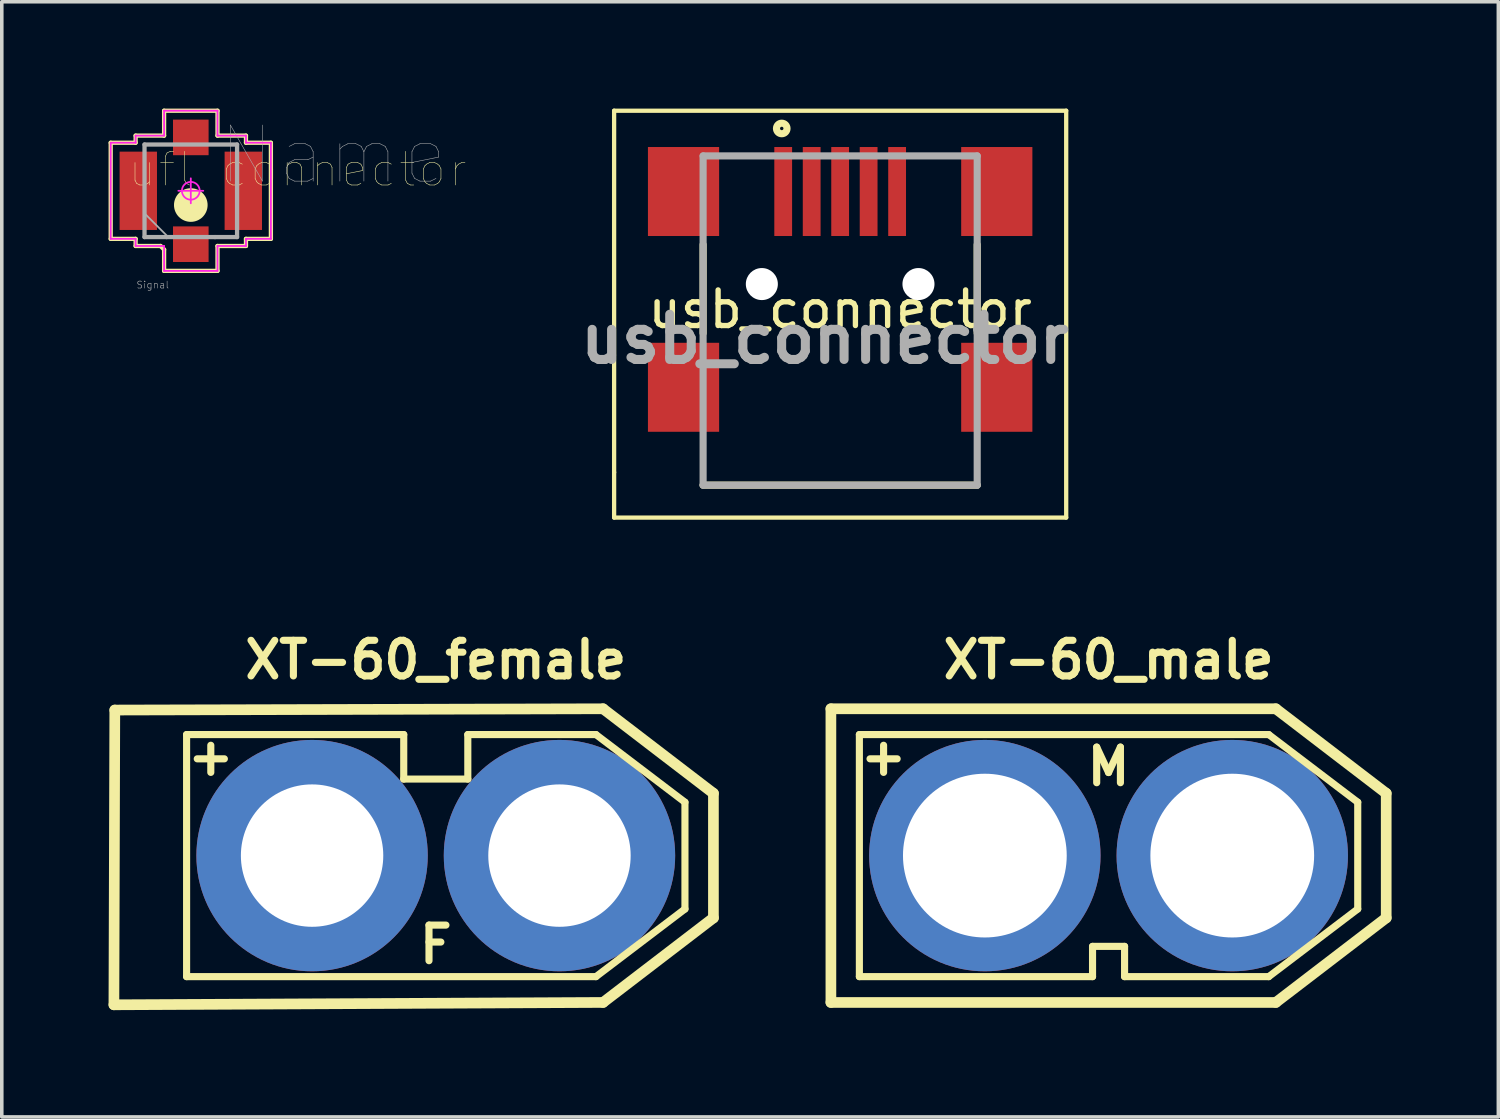
<source format=kicad_pcb>
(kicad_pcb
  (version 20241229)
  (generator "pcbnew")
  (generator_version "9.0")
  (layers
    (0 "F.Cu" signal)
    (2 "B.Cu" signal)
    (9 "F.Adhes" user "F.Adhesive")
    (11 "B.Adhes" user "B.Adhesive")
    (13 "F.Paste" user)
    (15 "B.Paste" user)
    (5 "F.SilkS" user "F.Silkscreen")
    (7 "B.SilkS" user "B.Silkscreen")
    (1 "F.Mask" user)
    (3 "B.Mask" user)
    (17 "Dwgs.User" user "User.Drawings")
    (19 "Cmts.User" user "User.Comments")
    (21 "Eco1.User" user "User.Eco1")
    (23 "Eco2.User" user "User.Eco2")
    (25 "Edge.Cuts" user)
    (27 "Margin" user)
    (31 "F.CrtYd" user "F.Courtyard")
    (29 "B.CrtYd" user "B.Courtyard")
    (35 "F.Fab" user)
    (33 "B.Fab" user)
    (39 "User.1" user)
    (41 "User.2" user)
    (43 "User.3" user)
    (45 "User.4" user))
  (footprint "XT-60_male"
    (layer "F.Cu")
    (at 28.092 20.986)
    (property "Reference" "XT-60_male" (at 0 -5.5 0) (layer "F.SilkS") (effects (font (size 1 1) (thickness 0.2))))
    (fp_line (start -7.8 -4.125) (end -7.8 4.125) (stroke (width 0.3) (type solid)) (layer "F.SilkS"))
    (fp_line (start -7.8 -4.125) (end 4.7 -4.125) (stroke (width 0.3) (type solid)) (layer "F.SilkS"))
    (fp_line (start -7.8 4.125) (end 4.7 4.125) (stroke (width 0.3) (type solid)) (layer "F.SilkS"))
    (fp_line (start -7 -3.4) (end -7 3.4) (stroke (width 0.2) (type solid)) (layer "F.SilkS"))
    (fp_line (start -7 -3.4) (end 4.5 -3.4) (stroke (width 0.2) (type solid)) (layer "F.SilkS"))
    (fp_line (start -7 3.4) (end -0.45 3.4) (stroke (width 0.2) (type solid)) (layer "F.SilkS"))
    (fp_line (start -0.45 2.55) (end -0.45 3.4) (stroke (width 0.2) (type solid)) (layer "F.SilkS"))
    (fp_line (start -0.45 2.55) (end 0.45 2.55) (stroke (width 0.2) (type solid)) (layer "F.SilkS"))
    (fp_line (start 0.45 2.55) (end 0.45 3.4) (stroke (width 0.2) (type solid)) (layer "F.SilkS"))
    (fp_line (start 0.45 3.4) (end 4.5 3.4) (stroke (width 0.2) (type solid)) (layer "F.SilkS"))
    (fp_line (start 4.5 -3.4) (end 7 -1.5) (stroke (width 0.2) (type solid)) (layer "F.SilkS"))
    (fp_line (start 4.5 3.4) (end 7 1.5) (stroke (width 0.2) (type solid)) (layer "F.SilkS"))
    (fp_line (start 4.7 -4.125) (end 7.8 -1.75) (stroke (width 0.3) (type solid)) (layer "F.SilkS"))
    (fp_line (start 4.7 4.125) (end 7.8 1.75) (stroke (width 0.3) (type solid)) (layer "F.SilkS"))
    (fp_line (start 7 -1.5) (end 7 1.5) (stroke (width 0.2) (type solid)) (layer "F.SilkS"))
    (fp_line (start 7.8 -1.75) (end 7.8 1.75) (stroke (width 0.3) (type solid)) (layer "F.SilkS"))
    (fp_text user "+" (at -6.32 -2.79 0) (layer "F.SilkS") (effects (font (size 1 1) (thickness 0.2))))
    (fp_text user "M" (at 0 -2.5 0) (layer "F.SilkS") (effects (font (size 1 1) (thickness 0.2))))
    (pad "1" thru_hole circle (at 3.475 0) (size 6.5 6.5) (drill 4.6) (layers "*.Cu" "*.Mask"))
    (pad "2" thru_hole circle (at -3.475 0) (size 6.5 6.5) (drill 4.6) (layers "*.Cu" "*.Mask")))
  (footprint "ufl connector"
    (layer "F.Cu")
    (at 2.31 2.31)
    (property "Reference" "ufl connector" (at 3 -0.6 0) (layer "F.SilkS") (effects (font (size 0.945 0.945) (thickness 0.015))))
    (fp_line (start -2.25 -1.35) (end -1.55 -1.35) (stroke (width 0.12) (type solid)) (layer "F.SilkS"))
    (fp_line (start -2.25 1.35) (end -2.25 -1.35) (stroke (width 0.12) (type solid)) (layer "F.SilkS"))
    (fp_line (start -1.55 -1.55) (end -0.75 -1.55) (stroke (width 0.12) (type solid)) (layer "F.SilkS"))
    (fp_line (start -1.55 -1.35) (end -1.55 -1.55) (stroke (width 0.12) (type solid)) (layer "F.SilkS"))
    (fp_line (start -1.55 1.35) (end -2.25 1.35) (stroke (width 0.12) (type solid)) (layer "F.SilkS"))
    (fp_line (start -1.55 1.55) (end -1.55 1.35) (stroke (width 0.12) (type solid)) (layer "F.SilkS"))
    (fp_line (start -0.85 1.55) (end -1.55 1.55) (stroke (width 0.12) (type solid)) (layer "F.SilkS"))
    (fp_line (start -0.75 -2.25) (end 0.75 -2.25) (stroke (width 0.12) (type solid)) (layer "F.SilkS"))
    (fp_line (start -0.75 -1.55) (end -0.75 -2.25) (stroke (width 0.12) (type solid)) (layer "F.SilkS"))
    (fp_line (start -0.75 1.65) (end -0.85 1.55) (stroke (width 0.12) (type solid)) (layer "F.SilkS"))
    (fp_line (start -0.75 2.25) (end -0.75 1.65) (stroke (width 0.12) (type solid)) (layer "F.SilkS"))
    (fp_line (start 0.75 -2.25) (end 0.75 -1.55) (stroke (width 0.12) (type solid)) (layer "F.SilkS"))
    (fp_line (start 0.75 -1.55) (end 1.55 -1.55) (stroke (width 0.12) (type solid)) (layer "F.SilkS"))
    (fp_line (start 0.75 1.55) (end 0.75 2.25) (stroke (width 0.12) (type solid)) (layer "F.SilkS"))
    (fp_line (start 0.75 2.25) (end -0.75 2.25) (stroke (width 0.12) (type solid)) (layer "F.SilkS"))
    (fp_line (start 1.55 -1.55) (end 1.55 -1.35) (stroke (width 0.12) (type solid)) (layer "F.SilkS"))
    (fp_line (start 1.55 -1.35) (end 2.25 -1.35) (stroke (width 0.12) (type solid)) (layer "F.SilkS"))
    (fp_line (start 1.55 1.35) (end 1.55 1.55) (stroke (width 0.12) (type solid)) (layer "F.SilkS"))
    (fp_line (start 1.55 1.55) (end 0.75 1.55) (stroke (width 0.12) (type solid)) (layer "F.SilkS"))
    (fp_line (start 2.25 -1.35) (end 2.25 1.35) (stroke (width 0.12) (type solid)) (layer "F.SilkS"))
    (fp_line (start 2.25 1.35) (end 1.55 1.35) (stroke (width 0.12) (type solid)) (layer "F.SilkS"))
    (fp_circle (center 0 0.4) (end 0.4 0.5) (stroke (width 0.12) (type solid)) (fill yes) (layer "F.SilkS"))
    (fp_line (start -2.25 -1.35) (end -2.25 1.35) (stroke (width 0.05) (type solid)) (layer "F.CrtYd"))
    (fp_line (start -2.25 1.35) (end -1.55 1.35) (stroke (width 0.05) (type solid)) (layer "F.CrtYd"))
    (fp_line (start -1.55 -1.55) (end -1.55 -1.35) (stroke (width 0.05) (type solid)) (layer "F.CrtYd"))
    (fp_line (start -1.55 -1.35) (end -2.25 -1.35) (stroke (width 0.05) (type solid)) (layer "F.CrtYd"))
    (fp_line (start -1.55 1.35) (end -1.55 1.55) (stroke (width 0.05) (type solid)) (layer "F.CrtYd"))
    (fp_line (start -1.55 1.55) (end -0.75 1.55) (stroke (width 0.05) (type solid)) (layer "F.CrtYd"))
    (fp_line (start -0.75 -2.25) (end -0.75 -1.55) (stroke (width 0.05) (type solid)) (layer "F.CrtYd"))
    (fp_line (start -0.75 -1.55) (end -1.55 -1.55) (stroke (width 0.05) (type solid)) (layer "F.CrtYd"))
    (fp_line (start -0.75 1.55) (end -0.75 2.25) (stroke (width 0.05) (type solid)) (layer "F.CrtYd"))
    (fp_line (start -0.75 2.25) (end 0.75 2.25) (stroke (width 0.05) (type solid)) (layer "F.CrtYd"))
    (fp_line (start 0 -0.35) (end 0 0.35) (stroke (width 0.05) (type solid)) (layer "F.CrtYd"))
    (fp_line (start 0.35 0) (end -0.35 0) (stroke (width 0.05) (type solid)) (layer "F.CrtYd"))
    (fp_line (start 0.75 -2.25) (end -0.75 -2.25) (stroke (width 0.05) (type solid)) (layer "F.CrtYd"))
    (fp_line (start 0.75 -1.55) (end 0.75 -2.25) (stroke (width 0.05) (type solid)) (layer "F.CrtYd"))
    (fp_line (start 0.75 1.55) (end 1.55 1.55) (stroke (width 0.05) (type solid)) (layer "F.CrtYd"))
    (fp_line (start 0.75 2.25) (end 0.75 1.55) (stroke (width 0.05) (type solid)) (layer "F.CrtYd"))
    (fp_line (start 1.55 -1.55) (end 0.75 -1.55) (stroke (width 0.05) (type solid)) (layer "F.CrtYd"))
    (fp_line (start 1.55 -1.35) (end 1.55 -1.55) (stroke (width 0.05) (type solid)) (layer "F.CrtYd"))
    (fp_line (start 1.55 1.35) (end 2.25 1.35) (stroke (width 0.05) (type solid)) (layer "F.CrtYd"))
    (fp_line (start 1.55 1.55) (end 1.55 1.35) (stroke (width 0.05) (type solid)) (layer "F.CrtYd"))
    (fp_line (start 2.25 -1.35) (end 1.55 -1.35) (stroke (width 0.05) (type solid)) (layer "F.CrtYd"))
    (fp_line (start 2.25 1.35) (end 2.25 -1.35) (stroke (width 0.05) (type solid)) (layer "F.CrtYd"))
    (fp_circle (center 0 0) (end 0.25 0) (stroke (width 0.05) (type solid)) (fill no) (layer "F.CrtYd"))
    (fp_line (start -1.302 0.572) (end -1.302 0.632) (stroke (width 0.05) (type solid)) (layer "F.Fab"))
    (fp_line (start -1.302 0.632) (end -0.662 1.272) (stroke (width 0.05) (type solid)) (layer "F.Fab"))
    (fp_line (start -1.3 -1.3) (end 1.3 -1.3) (stroke (width 0.12) (type solid)) (layer "F.Fab"))
    (fp_line (start -1.3 1.3) (end -1.3 -1.3) (stroke (width 0.12) (type solid)) (layer "F.Fab"))
    (fp_line (start -0.68 1.3) (end -1.3 1.3) (stroke (width 0.12) (type solid)) (layer "F.Fab"))
    (fp_line (start 0.68 1.3) (end -0.68 1.3) (stroke (width 0.12) (type solid)) (layer "F.Fab"))
    (fp_line (start 1.3 -1.3) (end 1.3 1.3) (stroke (width 0.12) (type solid)) (layer "F.Fab"))
    (fp_line (start 1.3 1.3) (end 0.68 1.3) (stroke (width 0.12) (type solid)) (layer "F.Fab"))
    (fp_text user "Signal" (at -1.069 2.643 0) (layer "F.Fab") (effects (font (size 0.197 0.197) (thickness 0.015))))
    (fp_text user "Name" (at 4 -1 0) (layer "F.Fab") (effects (font (size 1.575 1.575) (thickness 0.015))))
    (pad "1" smd rect (at 0 1.5) (size 1 1) (layers "F.Cu" "F.Mask" "F.Paste"))
    (pad "2" smd rect (at -1.475 0) (size 1.05 2.2) (layers "F.Cu" "F.Mask" "F.Paste"))
    (pad "2" smd rect (at 0 -1.5) (size 1 1) (layers "F.Cu" "F.Mask" "F.Paste"))
    (pad "2" smd rect (at 1.475 0) (size 1.05 2.2) (layers "F.Cu" "F.Mask" "F.Paste")))
  (footprint "usb_connector"
    (layer "F.Cu")
    (at 20.552 5.14)
    (property "Reference" "usb_connector" (at 0 0.5 0) (layer "F.SilkS") (effects (font (size 1 1) (thickness 0.15))))
    (fp_line (start -6.35 -5.08) (end 6.35 -5.08) (stroke (width 0.12) (type solid)) (layer "F.SilkS"))
    (fp_line (start -6.35 5.08) (end -6.35 -5.08) (stroke (width 0.12) (type solid)) (layer "F.SilkS"))
    (fp_line (start -6.35 6.35) (end -6.35 5.08) (stroke (width 0.12) (type solid)) (layer "F.SilkS"))
    (fp_line (start -3.85 -1.318) (end -3.85 1.17) (stroke (width 0.2) (type solid)) (layer "F.SilkS"))
    (fp_line (start -3.85 5.44) (end 3.85 5.44) (stroke (width 0.2) (type solid)) (layer "F.SilkS"))
    (fp_line (start 3.85 -1.318) (end 3.85 1.17) (stroke (width 0.2) (type solid)) (layer "F.SilkS"))
    (fp_line (start 6.35 -5.08) (end 6.35 6.35) (stroke (width 0.12) (type solid)) (layer "F.SilkS"))
    (fp_line (start 6.35 6.35) (end -6.35 6.35) (stroke (width 0.12) (type solid)) (layer "F.SilkS"))
    (fp_circle (center -1.641 -4.581) (end -1.641 -4.533) (stroke (width 0.2) (type solid)) (fill no) (layer "F.SilkS"))
    (fp_line (start -3.85 -3.81) (end 3.85 -3.81) (stroke (width 0.2) (type solid)) (layer "F.Fab"))
    (fp_line (start -3.85 5.44) (end -3.85 -3.81) (stroke (width 0.2) (type solid)) (layer "F.Fab"))
    (fp_line (start 3.85 -3.81) (end 3.85 5.44) (stroke (width 0.2) (type solid)) (layer "F.Fab"))
    (fp_line (start 3.85 5.44) (end -3.85 5.44) (stroke (width 0.2) (type solid)) (layer "F.Fab"))
    (fp_text user "${REFERENCE}" (at -0.434 1.334 0) (layer "F.Fab") (effects (font (size 1.27 1.27) (thickness 0.254))))
    (pad "" np_thru_hole circle (at -2.2 -0.21) (size 0.9 0.9) (drill 0.9) (layers "*.Cu" "*.Mask"))
    (pad "" np_thru_hole circle (at 2.2 -0.21) (size 0.9 0.9) (drill 0.9) (layers "*.Cu" "*.Mask"))
    (pad "1" smd rect (at -1.6 -2.81) (size 0.5 2.5) (layers "F.Cu" "F.Mask" "F.Paste"))
    (pad "2" smd rect (at -0.8 -2.81) (size 0.5 2.5) (layers "F.Cu" "F.Mask" "F.Paste"))
    (pad "3" smd rect (at 0 -2.81) (size 0.5 2.5) (layers "F.Cu" "F.Mask" "F.Paste"))
    (pad "4" smd rect (at 0.8 -2.81) (size 0.5 2.5) (layers "F.Cu" "F.Mask" "F.Paste"))
    (pad "5" smd rect (at 1.6 -2.81) (size 0.5 2.5) (layers "F.Cu" "F.Mask" "F.Paste"))
    (pad "6" smd rect (at -4.4 -2.81) (size 2 2.5) (layers "F.Cu" "F.Mask" "F.Paste"))
    (pad "7" smd rect (at 4.4 -2.81) (size 2 2.5) (layers "F.Cu" "F.Mask" "F.Paste"))
    (pad "8" smd rect (at 4.4 2.69) (size 2 2.5) (layers "F.Cu" "F.Mask" "F.Paste"))
    (pad "9" smd rect (at -4.4 2.69) (size 2 2.5) (layers "F.Cu" "F.Mask" "F.Paste")))
  (footprint "XT-60_female"
    (layer "F.Cu")
    (at 9.192 20.986)
    (property "Reference" "XT-60_female" (at 0 -5.5 0) (layer "F.SilkS") (effects (font (size 1 1) (thickness 0.2))))
    (fp_line (start -9.042 4.191) (end 4.7 4.125) (stroke (width 0.3) (type solid)) (layer "F.SilkS"))
    (fp_line (start -9.017 -4.089) (end -9.042 4.191) (stroke (width 0.3) (type solid)) (layer "F.SilkS"))
    (fp_line (start -9.017 -4.089) (end 4.7 -4.125) (stroke (width 0.3) (type solid)) (layer "F.SilkS"))
    (fp_line (start -7 -3.4) (end -7 3.4) (stroke (width 0.2) (type solid)) (layer "F.SilkS"))
    (fp_line (start -7 -3.4) (end -0.9 -3.4) (stroke (width 0.2) (type solid)) (layer "F.SilkS"))
    (fp_line (start -7 3.4) (end 4.5 3.4) (stroke (width 0.2) (type solid)) (layer "F.SilkS"))
    (fp_line (start -0.9 -3.4) (end -0.9 -2.15) (stroke (width 0.2) (type solid)) (layer "F.SilkS"))
    (fp_line (start -0.9 -2.15) (end 0.9 -2.15) (stroke (width 0.2) (type solid)) (layer "F.SilkS"))
    (fp_line (start 0.9 -3.4) (end 4.5 -3.4) (stroke (width 0.2) (type solid)) (layer "F.SilkS"))
    (fp_line (start 0.9 -2.15) (end 0.9 -3.4) (stroke (width 0.2) (type solid)) (layer "F.SilkS"))
    (fp_line (start 4.5 -3.4) (end 7 -1.5) (stroke (width 0.2) (type solid)) (layer "F.SilkS"))
    (fp_line (start 4.5 3.4) (end 7 1.5) (stroke (width 0.2) (type solid)) (layer "F.SilkS"))
    (fp_line (start 4.7 -4.125) (end 7.8 -1.75) (stroke (width 0.3) (type solid)) (layer "F.SilkS"))
    (fp_line (start 4.7 4.125) (end 7.8 1.75) (stroke (width 0.3) (type solid)) (layer "F.SilkS"))
    (fp_line (start 7 -1.5) (end 7 1.5) (stroke (width 0.2) (type solid)) (layer "F.SilkS"))
    (fp_line (start 7.8 -1.75) (end 7.8 1.75) (stroke (width 0.3) (type solid)) (layer "F.SilkS"))
    (fp_text user "F" (at 0 2.5 0) (layer "F.SilkS") (effects (font (size 1 1) (thickness 0.2))))
    (fp_text user "+" (at -6.32 -2.79 0) (layer "F.SilkS") (effects (font (size 1 1) (thickness 0.2))))
    (pad "1" thru_hole circle (at 3.475 0) (size 6.5 6.5) (drill 4) (layers "*.Cu" "*.Mask"))
    (pad "2" thru_hole circle (at -3.475 0) (size 6.5 6.5) (drill 4) (layers "*.Cu" "*.Mask")))
  (gr_rect
    (start -3 -3)
    (end 39.042 28.327)
    (stroke (width 0.1) (type default))
    (fill no)
    (layer "Edge.Cuts")))
</source>
